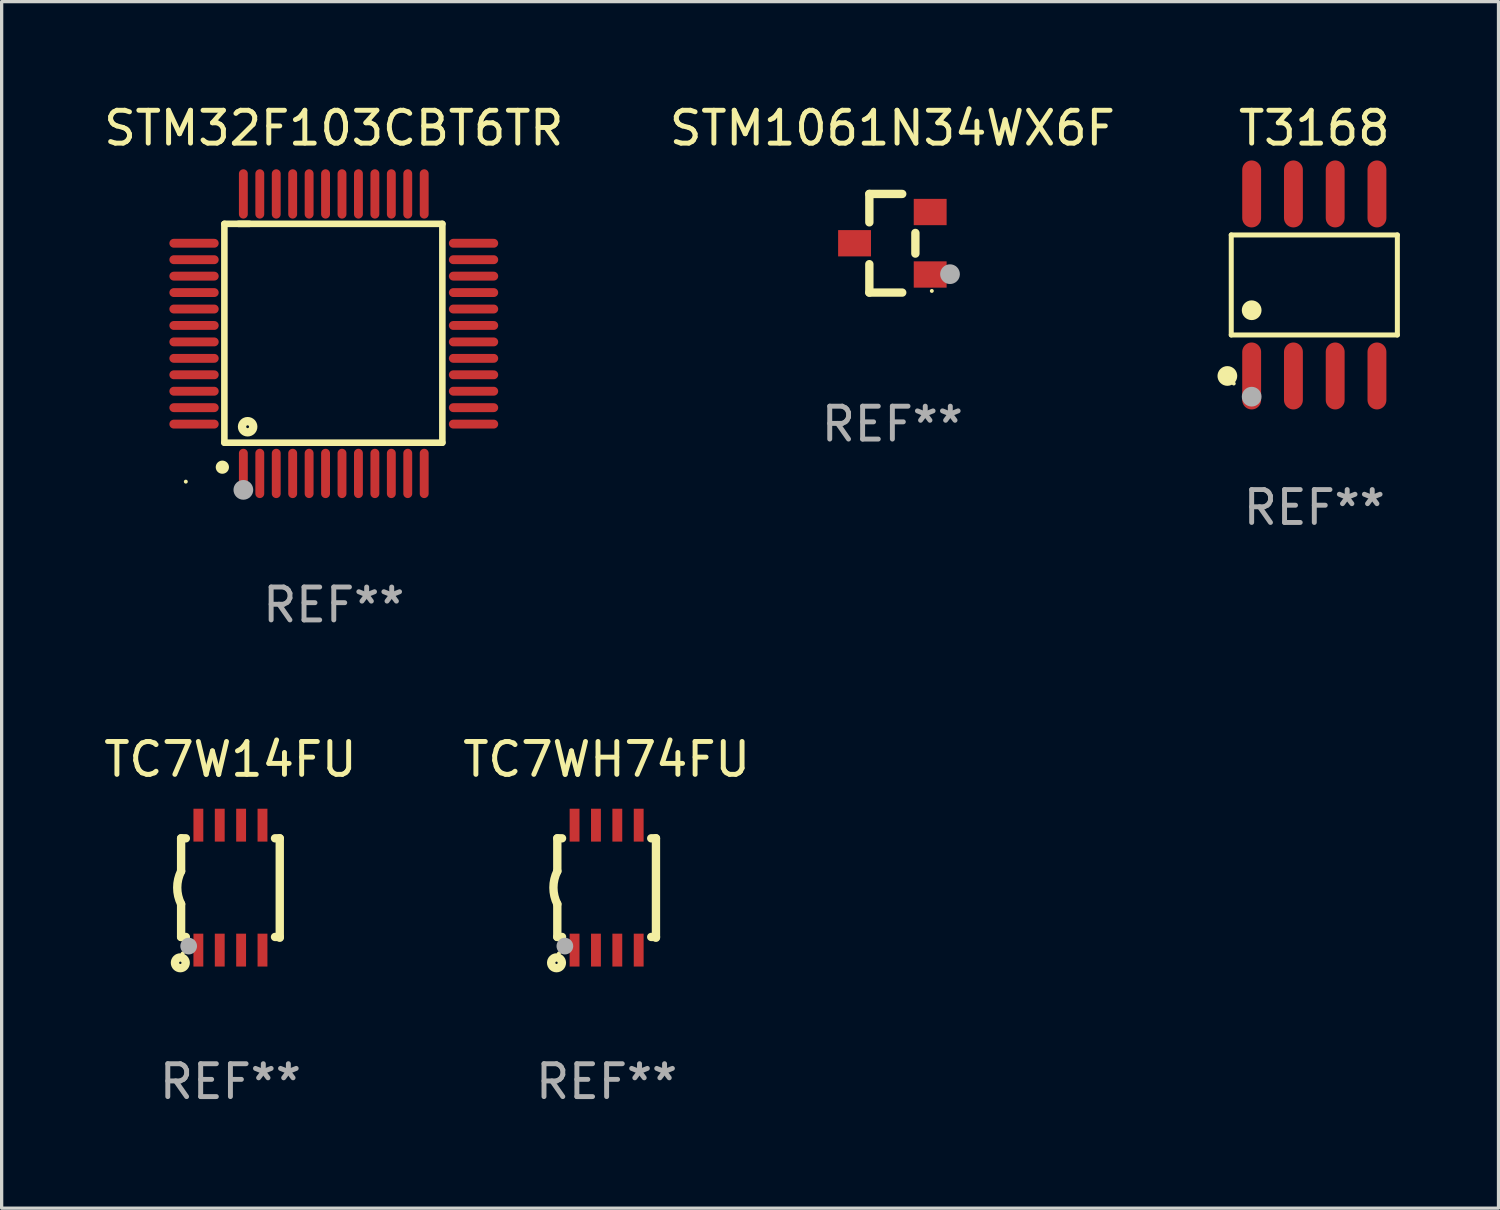
<source format=kicad_pcb>
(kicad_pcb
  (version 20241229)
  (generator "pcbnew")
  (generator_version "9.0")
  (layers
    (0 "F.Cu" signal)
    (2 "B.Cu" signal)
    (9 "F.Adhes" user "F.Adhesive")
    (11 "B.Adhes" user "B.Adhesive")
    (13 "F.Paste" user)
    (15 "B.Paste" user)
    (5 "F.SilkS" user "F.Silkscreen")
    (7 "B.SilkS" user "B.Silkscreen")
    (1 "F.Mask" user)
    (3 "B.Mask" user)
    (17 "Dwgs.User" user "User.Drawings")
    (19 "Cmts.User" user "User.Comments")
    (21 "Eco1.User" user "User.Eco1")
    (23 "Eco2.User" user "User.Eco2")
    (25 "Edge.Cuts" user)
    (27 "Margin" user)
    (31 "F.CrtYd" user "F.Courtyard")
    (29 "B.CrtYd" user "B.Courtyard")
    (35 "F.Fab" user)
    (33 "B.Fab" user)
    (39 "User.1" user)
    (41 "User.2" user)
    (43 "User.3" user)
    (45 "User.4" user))
  (footprint "TC7W14FU"
    (layer "F.Cu")
    (at 3.958 23.945)
    (property "Reference" "TC7W14FU" (at 0 -3.9 0) (layer "F.SilkS") (effects (font (size 1 1) (thickness 0.15))))
    (attr through_hole)
    (fp_line (start -1.5 -1.5) (end -1.5 -0.5) (stroke (width 0.254) (type solid)) (layer "F.SilkS"))
    (fp_line (start -1.5 -1.5) (end -1.356 -1.5) (stroke (width 0.254) (type solid)) (layer "F.SilkS"))
    (fp_line (start -1.5 1.5) (end -1.5 0.5) (stroke (width 0.254) (type solid)) (layer "F.SilkS"))
    (fp_line (start -1.5 1.5) (end -1.356 1.5) (stroke (width 0.254) (type solid)) (layer "F.SilkS"))
    (fp_line (start 1.356 -1.5) (end 1.5 -1.5) (stroke (width 0.254) (type solid)) (layer "F.SilkS"))
    (fp_line (start 1.356 1.5) (end 1.5 1.5) (stroke (width 0.254) (type solid)) (layer "F.SilkS"))
    (fp_line (start 1.5 -1.5) (end 1.5 1.524) (stroke (width 0.254) (type solid)) (layer "F.SilkS"))
    (fp_arc (start -1.500203 0.499111) (mid -1.618067 -0.000494) (end -1.5 -0.500051) (stroke (width 0.254001) (type solid)) (layer "F.SilkS"))
    (fp_circle (center -1.524 2.286) (end -1.488 2.286) (stroke (width 0.254) (type solid)) (fill no) (layer "F.SilkS"))
    (fp_circle (center -1.45 2) (end -1.42 2) (stroke (width 0.06) (type solid)) (fill no) (layer "F.SilkS"))
    (fp_circle (center -1.27 1.778) (end -1.143 1.778) (stroke (width 0.254) (type solid)) (fill no) (layer "F.Fab"))
    (fp_text user "REF**" (at 0 5.9 0) (layer "F.Fab") (effects (font (size 1 1) (thickness 0.15))))
    (pad "1" smd rect (at -0.975 1.9) (size 0.3 1) (layers "F.Cu" "F.Mask" "F.Paste"))
    (pad "2" smd rect (at -0.325 1.9) (size 0.3 1) (layers "F.Cu" "F.Mask" "F.Paste"))
    (pad "3" smd rect (at 0.325 1.9) (size 0.3 1) (layers "F.Cu" "F.Mask" "F.Paste"))
    (pad "4" smd rect (at 0.975 1.9) (size 0.3 1) (layers "F.Cu" "F.Mask" "F.Paste"))
    (pad "5" smd rect (at 0.975 -1.9) (size 0.3 1) (layers "F.Cu" "F.Mask" "F.Paste"))
    (pad "6" smd rect (at 0.325 -1.9) (size 0.3 1) (layers "F.Cu" "F.Mask" "F.Paste"))
    (pad "7" smd rect (at -0.325 -1.9) (size 0.3 1) (layers "F.Cu" "F.Mask" "F.Paste"))
    (pad "8" smd rect (at -0.975 -1.9) (size 0.3 1) (layers "F.Cu" "F.Mask" "F.Paste")))
  (footprint "TC7WH74FU"
    (layer "F.Cu")
    (at 15.399 23.945)
    (property "Reference" "TC7WH74FU" (at 0 -3.9 0) (layer "F.SilkS") (effects (font (size 1 1) (thickness 0.15))))
    (attr through_hole)
    (fp_line (start -1.5 -1.5) (end -1.5 -0.5) (stroke (width 0.254) (type solid)) (layer "F.SilkS"))
    (fp_line (start -1.5 -1.5) (end -1.356 -1.5) (stroke (width 0.254) (type solid)) (layer "F.SilkS"))
    (fp_line (start -1.5 1.5) (end -1.5 0.5) (stroke (width 0.254) (type solid)) (layer "F.SilkS"))
    (fp_line (start -1.5 1.5) (end -1.356 1.5) (stroke (width 0.254) (type solid)) (layer "F.SilkS"))
    (fp_line (start 1.356 -1.5) (end 1.5 -1.5) (stroke (width 0.254) (type solid)) (layer "F.SilkS"))
    (fp_line (start 1.356 1.5) (end 1.5 1.5) (stroke (width 0.254) (type solid)) (layer "F.SilkS"))
    (fp_line (start 1.5 -1.5) (end 1.5 1.524) (stroke (width 0.254) (type solid)) (layer "F.SilkS"))
    (fp_arc (start -1.500203 0.499111) (mid -1.618067 -0.000494) (end -1.5 -0.500051) (stroke (width 0.254001) (type solid)) (layer "F.SilkS"))
    (fp_circle (center -1.524 2.286) (end -1.488 2.286) (stroke (width 0.254) (type solid)) (fill no) (layer "F.SilkS"))
    (fp_circle (center -1.45 2) (end -1.42 2) (stroke (width 0.06) (type solid)) (fill no) (layer "F.SilkS"))
    (fp_circle (center -1.27 1.778) (end -1.143 1.778) (stroke (width 0.254) (type solid)) (fill no) (layer "F.Fab"))
    (fp_text user "REF**" (at 0 5.9 0) (layer "F.Fab") (effects (font (size 1 1) (thickness 0.15))))
    (pad "1" smd rect (at -0.975 1.9) (size 0.3 1) (layers "F.Cu" "F.Mask" "F.Paste"))
    (pad "2" smd rect (at -0.325 1.9) (size 0.3 1) (layers "F.Cu" "F.Mask" "F.Paste"))
    (pad "3" smd rect (at 0.325 1.9) (size 0.3 1) (layers "F.Cu" "F.Mask" "F.Paste"))
    (pad "4" smd rect (at 0.975 1.9) (size 0.3 1) (layers "F.Cu" "F.Mask" "F.Paste"))
    (pad "5" smd rect (at 0.975 -1.9) (size 0.3 1) (layers "F.Cu" "F.Mask" "F.Paste"))
    (pad "6" smd rect (at 0.325 -1.9) (size 0.3 1) (layers "F.Cu" "F.Mask" "F.Paste"))
    (pad "7" smd rect (at -0.325 -1.9) (size 0.3 1) (layers "F.Cu" "F.Mask" "F.Paste"))
    (pad "8" smd rect (at -0.975 -1.9) (size 0.3 1) (layers "F.Cu" "F.Mask" "F.Paste")))
  (footprint "T3168"
    (layer "F.Cu")
    (at 36.921 5.616)
    (property "Reference" "T3168" (at 0 -4.768 0) (layer "F.SilkS") (effects (font (size 1 1) (thickness 0.15))))
    (attr through_hole)
    (fp_line (start -2.526 -1.521) (end 2.526 -1.521) (stroke (width 0.152) (type solid)) (layer "F.SilkS"))
    (fp_line (start -2.526 1.521) (end -2.526 -1.521) (stroke (width 0.152) (type solid)) (layer "F.SilkS"))
    (fp_line (start 2.526 -1.521) (end 2.526 1.521) (stroke (width 0.152) (type solid)) (layer "F.SilkS"))
    (fp_line (start 2.526 1.521) (end -2.526 1.521) (stroke (width 0.152) (type solid)) (layer "F.SilkS"))
    (fp_circle (center -2.644 2.768) (end -2.494 2.768) (stroke (width 0.3) (type solid)) (fill no) (layer "F.SilkS"))
    (fp_circle (center -2.45 2.998) (end -2.42 2.998) (stroke (width 0.06) (type solid)) (fill no) (layer "F.SilkS"))
    (fp_circle (center -1.905 0.769) (end -1.755 0.769) (stroke (width 0.3) (type solid)) (fill no) (layer "F.SilkS"))
    (fp_circle (center -1.905 3.398) (end -1.755 3.398) (stroke (width 0.3) (type solid)) (fill no) (layer "F.Fab"))
    (fp_text user "REF**" (at 0 6.768 0) (layer "F.Fab") (effects (font (size 1 1) (thickness 0.15))))
    (pad "1" smd oval (at -1.905 2.768) (size 0.574 2.036) (layers "F.Cu" "F.Mask" "F.Paste"))
    (pad "2" smd oval (at -0.635 2.768) (size 0.574 2.036) (layers "F.Cu" "F.Mask" "F.Paste"))
    (pad "3" smd oval (at 0.635 2.768) (size 0.574 2.036) (layers "F.Cu" "F.Mask" "F.Paste"))
    (pad "4" smd oval (at 1.905 2.768) (size 0.574 2.036) (layers "F.Cu" "F.Mask" "F.Paste"))
    (pad "5" smd oval (at 1.905 -2.768) (size 0.574 2.036) (layers "F.Cu" "F.Mask" "F.Paste"))
    (pad "6" smd oval (at 0.635 -2.768) (size 0.574 2.036) (layers "F.Cu" "F.Mask" "F.Paste"))
    (pad "7" smd oval (at -0.635 -2.768) (size 0.574 2.036) (layers "F.Cu" "F.Mask" "F.Paste"))
    (pad "8" smd oval (at -1.905 -2.768) (size 0.574 2.036) (layers "F.Cu" "F.Mask" "F.Paste")))
  (footprint "STM1061N34WX6F"
    (layer "F.Cu")
    (at 24.089 4.348)
    (property "Reference" "STM1061N34WX6F" (at 0 -3.5 0) (layer "F.SilkS") (effects (font (size 1 1) (thickness 0.15))))
    (attr through_hole)
    (fp_line (start -0.7 -1.5) (end 0.3 -1.5) (stroke (width 0.254) (type solid)) (layer "F.SilkS"))
    (fp_line (start -0.7 -0.636) (end -0.7 -1.5) (stroke (width 0.254) (type solid)) (layer "F.SilkS"))
    (fp_line (start -0.7 1.5) (end -0.7 0.636) (stroke (width 0.254) (type solid)) (layer "F.SilkS"))
    (fp_line (start -0.7 1.5) (end 0.3 1.5) (stroke (width 0.254) (type solid)) (layer "F.SilkS"))
    (fp_line (start 0.7 0.314) (end 0.7 -0.314) (stroke (width 0.254) (type solid)) (layer "F.SilkS"))
    (fp_circle (center 1.2 1.45) (end 1.23 1.45) (stroke (width 0.06) (type solid)) (fill no) (layer "F.SilkS"))
    (fp_circle (center 1.753 0.94) (end 1.903 0.94) (stroke (width 0.3) (type solid)) (fill no) (layer "F.Fab"))
    (fp_text user "REF**" (at 0 5.5 0) (layer "F.Fab") (effects (font (size 1 1) (thickness 0.15))))
    (pad "1" smd rect (at 1.15 0.95 180) (size 1 0.8) (layers "F.Cu" "F.Mask" "F.Paste"))
    (pad "2" smd rect (at 1.15 -0.95 180) (size 1 0.8) (layers "F.Cu" "F.Mask" "F.Paste"))
    (pad "3" smd rect (at -1.15 -0.000051 180) (size 1 0.8) (layers "F.Cu" "F.Mask" "F.Paste")))
  (footprint "STM32F103CBT6TR"
    (layer "F.Cu")
    (at 7.101 7.098)
    (property "Reference" "STM32F103CBT6TR" (at 0 -6.25 0) (layer "F.SilkS") (effects (font (size 1 1) (thickness 0.15))))
    (attr through_hole)
    (fp_line (start -3.327 -3.34) (end -2.565 -3.34) (stroke (width 0.2) (type solid)) (layer "F.SilkS"))
    (fp_line (start -3.327 3.315) (end -3.327 -3.34) (stroke (width 0.2) (type solid)) (layer "F.SilkS"))
    (fp_line (start -2.896 -3.34) (end 3.302 -3.34) (stroke (width 0.2) (type solid)) (layer "F.SilkS"))
    (fp_line (start 3.302 -3.34) (end 3.302 3.315) (stroke (width 0.2) (type solid)) (layer "F.SilkS"))
    (fp_line (start 3.302 3.315) (end -3.327 3.315) (stroke (width 0.2) (type solid)) (layer "F.SilkS"))
    (fp_arc (start -3.389992 4.059995) (mid -3.388722 4.059991) (end -3.387452 4.059995) (stroke (width 0.4) (type solid)) (layer "F.SilkS"))
    (fp_circle (center -4.5 4.5) (end -4.47 4.5) (stroke (width 0.06) (type solid)) (fill no) (layer "F.SilkS"))
    (fp_circle (center -2.62 2.83) (end -2.45 2.83) (stroke (width 0.254) (type solid)) (fill no) (layer "F.SilkS"))
    (fp_circle (center -2.75 4.75) (end -2.6 4.75) (stroke (width 0.3) (type solid)) (fill no) (layer "F.Fab"))
    (fp_text user "REF**" (at 0 8.25 0) (layer "F.Fab") (effects (font (size 1 1) (thickness 0.15))))
    (pad "1" smd oval (at -2.75 4.25) (size 0.27 1.5) (layers "F.Cu" "F.Mask" "F.Paste"))
    (pad "2" smd oval (at -2.25 4.25) (size 0.27 1.5) (layers "F.Cu" "F.Mask" "F.Paste"))
    (pad "3" smd oval (at -1.75 4.25) (size 0.27 1.5) (layers "F.Cu" "F.Mask" "F.Paste"))
    (pad "4" smd oval (at -1.25 4.25) (size 0.27 1.5) (layers "F.Cu" "F.Mask" "F.Paste"))
    (pad "5" smd oval (at -0.75 4.25) (size 0.27 1.5) (layers "F.Cu" "F.Mask" "F.Paste"))
    (pad "6" smd oval (at -0.25 4.25) (size 0.27 1.5) (layers "F.Cu" "F.Mask" "F.Paste"))
    (pad "7" smd oval (at 0.25 4.25) (size 0.27 1.5) (layers "F.Cu" "F.Mask" "F.Paste"))
    (pad "8" smd oval (at 0.75 4.25) (size 0.27 1.5) (layers "F.Cu" "F.Mask" "F.Paste"))
    (pad "9" smd oval (at 1.25 4.25) (size 0.27 1.5) (layers "F.Cu" "F.Mask" "F.Paste"))
    (pad "10" smd oval (at 1.75 4.25) (size 0.27 1.5) (layers "F.Cu" "F.Mask" "F.Paste"))
    (pad "11" smd oval (at 2.25 4.25) (size 0.27 1.5) (layers "F.Cu" "F.Mask" "F.Paste"))
    (pad "12" smd oval (at 2.75 4.25) (size 0.27 1.5) (layers "F.Cu" "F.Mask" "F.Paste"))
    (pad "13" smd oval (at 4.25 2.75) (size 1.5 0.27) (layers "F.Cu" "F.Mask" "F.Paste"))
    (pad "14" smd oval (at 4.25 2.25) (size 1.5 0.27) (layers "F.Cu" "F.Mask" "F.Paste"))
    (pad "15" smd oval (at 4.25 1.75) (size 1.5 0.27) (layers "F.Cu" "F.Mask" "F.Paste"))
    (pad "16" smd oval (at 4.25 1.25) (size 1.5 0.27) (layers "F.Cu" "F.Mask" "F.Paste"))
    (pad "17" smd oval (at 4.25 0.75) (size 1.5 0.27) (layers "F.Cu" "F.Mask" "F.Paste"))
    (pad "18" smd oval (at 4.25 0.25) (size 1.5 0.27) (layers "F.Cu" "F.Mask" "F.Paste"))
    (pad "19" smd oval (at 4.25 -0.25) (size 1.5 0.27) (layers "F.Cu" "F.Mask" "F.Paste"))
    (pad "20" smd oval (at 4.25 -0.75) (size 1.5 0.27) (layers "F.Cu" "F.Mask" "F.Paste"))
    (pad "21" smd oval (at 4.25 -1.25) (size 1.5 0.27) (layers "F.Cu" "F.Mask" "F.Paste"))
    (pad "22" smd oval (at 4.25 -1.75) (size 1.5 0.27) (layers "F.Cu" "F.Mask" "F.Paste"))
    (pad "23" smd oval (at 4.25 -2.25) (size 1.5 0.27) (layers "F.Cu" "F.Mask" "F.Paste"))
    (pad "24" smd oval (at 4.25 -2.75) (size 1.5 0.27) (layers "F.Cu" "F.Mask" "F.Paste"))
    (pad "25" smd oval (at 2.75 -4.25) (size 0.27 1.5) (layers "F.Cu" "F.Mask" "F.Paste"))
    (pad "26" smd oval (at 2.25 -4.25) (size 0.27 1.5) (layers "F.Cu" "F.Mask" "F.Paste"))
    (pad "27" smd oval (at 1.75 -4.25) (size 0.27 1.5) (layers "F.Cu" "F.Mask" "F.Paste"))
    (pad "28" smd oval (at 1.25 -4.25) (size 0.27 1.5) (layers "F.Cu" "F.Mask" "F.Paste"))
    (pad "29" smd oval (at 0.75 -4.25) (size 0.27 1.5) (layers "F.Cu" "F.Mask" "F.Paste"))
    (pad "30" smd oval (at 0.25 -4.25) (size 0.27 1.5) (layers "F.Cu" "F.Mask" "F.Paste"))
    (pad "31" smd oval (at -0.25 -4.25) (size 0.27 1.5) (layers "F.Cu" "F.Mask" "F.Paste"))
    (pad "32" smd oval (at -0.75 -4.25) (size 0.27 1.5) (layers "F.Cu" "F.Mask" "F.Paste"))
    (pad "33" smd oval (at -1.25 -4.25) (size 0.27 1.5) (layers "F.Cu" "F.Mask" "F.Paste"))
    (pad "34" smd oval (at -1.75 -4.25) (size 0.27 1.5) (layers "F.Cu" "F.Mask" "F.Paste"))
    (pad "35" smd oval (at -2.25 -4.25) (size 0.27 1.5) (layers "F.Cu" "F.Mask" "F.Paste"))
    (pad "36" smd oval (at -2.75 -4.25) (size 0.27 1.5) (layers "F.Cu" "F.Mask" "F.Paste"))
    (pad "37" smd oval (at -4.25 -2.75) (size 1.5 0.27) (layers "F.Cu" "F.Mask" "F.Paste"))
    (pad "38" smd oval (at -4.25 -2.25) (size 1.5 0.27) (layers "F.Cu" "F.Mask" "F.Paste"))
    (pad "39" smd oval (at -4.25 -1.75) (size 1.5 0.27) (layers "F.Cu" "F.Mask" "F.Paste"))
    (pad "40" smd oval (at -4.25 -1.25) (size 1.5 0.27) (layers "F.Cu" "F.Mask" "F.Paste"))
    (pad "41" smd oval (at -4.25 -0.75) (size 1.5 0.27) (layers "F.Cu" "F.Mask" "F.Paste"))
    (pad "42" smd oval (at -4.25 -0.25) (size 1.5 0.27) (layers "F.Cu" "F.Mask" "F.Paste"))
    (pad "43" smd oval (at -4.25 0.25) (size 1.5 0.27) (layers "F.Cu" "F.Mask" "F.Paste"))
    (pad "44" smd oval (at -4.25 0.75) (size 1.5 0.27) (layers "F.Cu" "F.Mask" "F.Paste"))
    (pad "45" smd oval (at -4.25 1.25) (size 1.5 0.27) (layers "F.Cu" "F.Mask" "F.Paste"))
    (pad "46" smd oval (at -4.25 1.75) (size 1.5 0.27) (layers "F.Cu" "F.Mask" "F.Paste"))
    (pad "47" smd oval (at -4.25 2.25) (size 1.5 0.27) (layers "F.Cu" "F.Mask" "F.Paste"))
    (pad "48" smd oval (at -4.25 2.75) (size 1.5 0.27) (layers "F.Cu" "F.Mask" "F.Paste")))
  (gr_rect
    (start -3 -3)
    (end 42.523 33.693)
    (stroke (width 0.1) (type default))
    (fill no)
    (layer "Edge.Cuts")))
</source>
